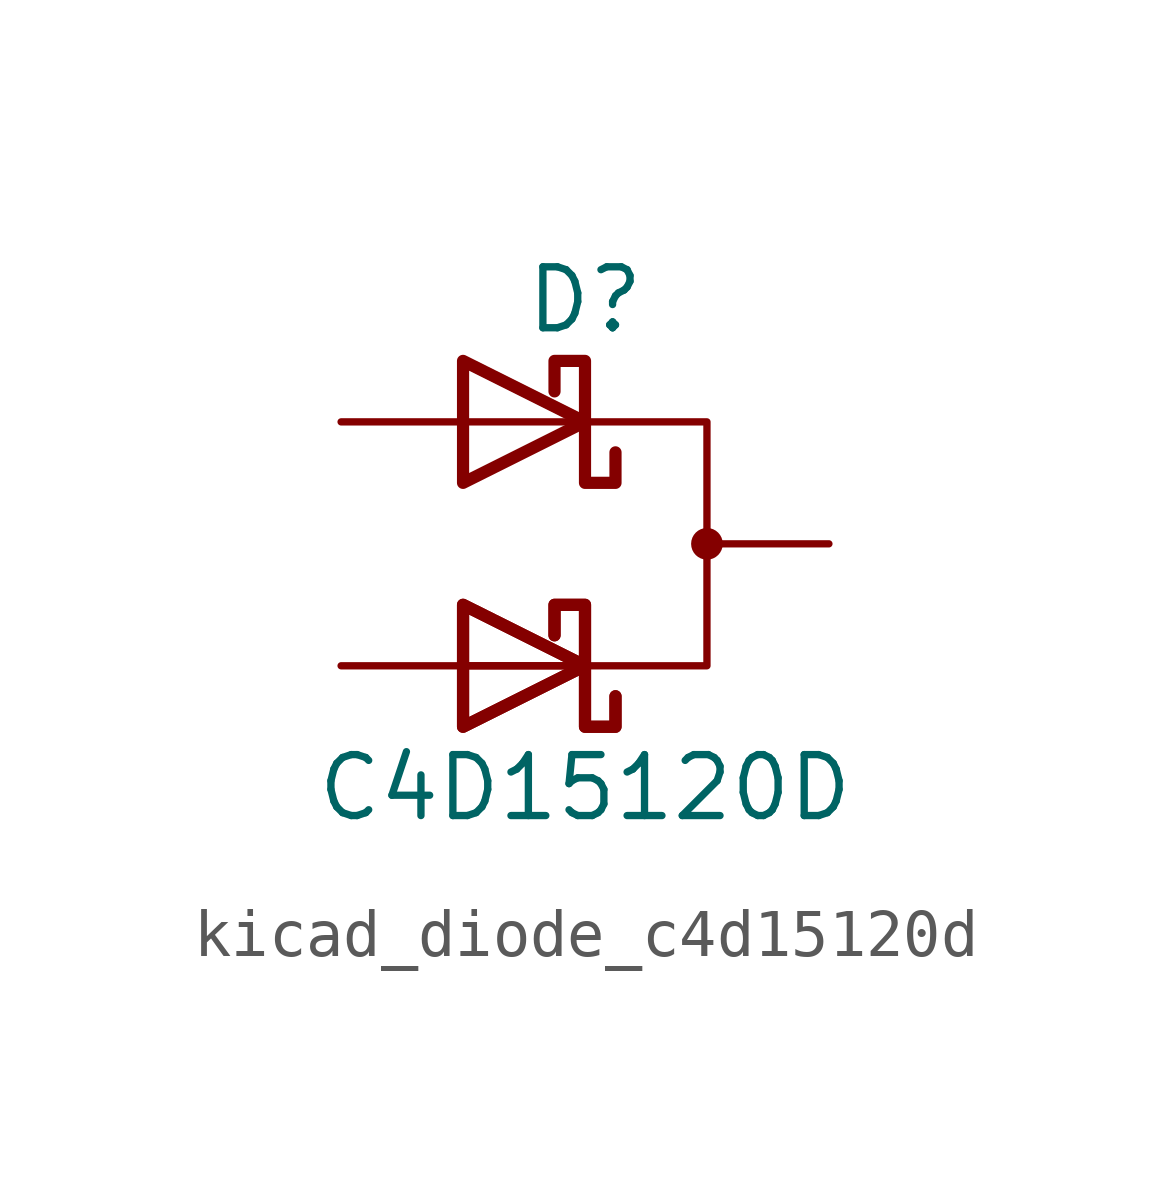
<source format=kicad_sym>
(kicad_symbol_lib
  (version 20220914)
  (generator kicad_symbol_editor)
  (symbol "kicad_diode_c4d15120d"
    (pin_numbers hide)
    (pin_names
      (offset 1.016) hide)
    (property "Reference" "D"
      (at 0 5.08 0)
      (effects (font (size 1.27 1.27))))
    (property "Value" "C4D15120D"
      (at 0 -5.08 0)
      (effects (font (size 1.27 1.27))))
    (symbol "kicad_diode_c4d15120d_0_1"
      (polyline (pts (xy -2.54 -2.54) (xy 0 -2.54)) (stroke (width 0) (type default)) (fill (type none)))
      (polyline (pts (xy -2.54 -2.54) (xy 0 -2.54)) (stroke (width 0) (type default)) (fill (type none)))
      (polyline (pts (xy -2.54 2.54) (xy 0 2.54)) (stroke (width 0) (type default)) (fill (type none)))
      (polyline (pts (xy -2.54 -3.81) (xy -2.54 -1.27) (xy 0 -2.54) (xy -2.54 -3.81)) (stroke (width 0.254) (type default)) (fill (type none)))
      (polyline (pts (xy -2.54 -3.81) (xy -2.54 -1.27) (xy 0 -2.54) (xy -2.54 -3.81)) (stroke (width 0.254) (type default)) (fill (type none)))
      (polyline (pts (xy -2.54 1.27) (xy -2.54 3.81) (xy 0 2.54) (xy -2.54 1.27)) (stroke (width 0.254) (type default)) (fill (type none)))
      (polyline (pts (xy 0 2.54) (xy 2.54 2.54) (xy 2.54 -2.54) (xy 0 -2.54)) (stroke (width 0) (type default)) (fill (type none)))
      (polyline (pts (xy 0.635 -3.175) (xy 0.635 -3.81) (xy 0 -3.81) (xy 0 -1.27) (xy -0.635 -1.27) (xy -0.635 -1.905)) (stroke (width 0.254) (type default)) (fill (type none)))
      (polyline (pts (xy 0.635 -3.175) (xy 0.635 -3.81) (xy 0 -3.81) (xy 0 -1.27) (xy -0.635 -1.27) (xy -0.635 -1.905)) (stroke (width 0.254) (type default)) (fill (type none)))
      (polyline (pts (xy 0.635 1.905) (xy 0.635 1.27) (xy 0 1.27) (xy 0 3.81) (xy -0.635 3.81) (xy -0.635 3.175)) (stroke (width 0.254) (type default)) (fill (type none)))
      (circle (center 2.54 0) (radius 0.254) (stroke (width 0) (type default)) (fill (type outline))))
    (symbol "kicad_diode_c4d15120d_1_1"
      (pin passive line (at -5.08 2.54 0) (length 2.54) (name "A1" (effects (font (size 1.27 1.27)))) (number "1" (effects (font (size 1.27 1.27)))))
      (pin passive line (at 5.08 0 180) (length 2.54) (name "K" (effects (font (size 1.27 1.27)))) (number "2" (effects (font (size 1.27 1.27)))))
      (pin passive line (at -5.08 -2.54 0) (length 2.54) (name "A2" (effects (font (size 1.27 1.27)))) (number "3" (effects (font (size 1.27 1.27))))))))
</source>
